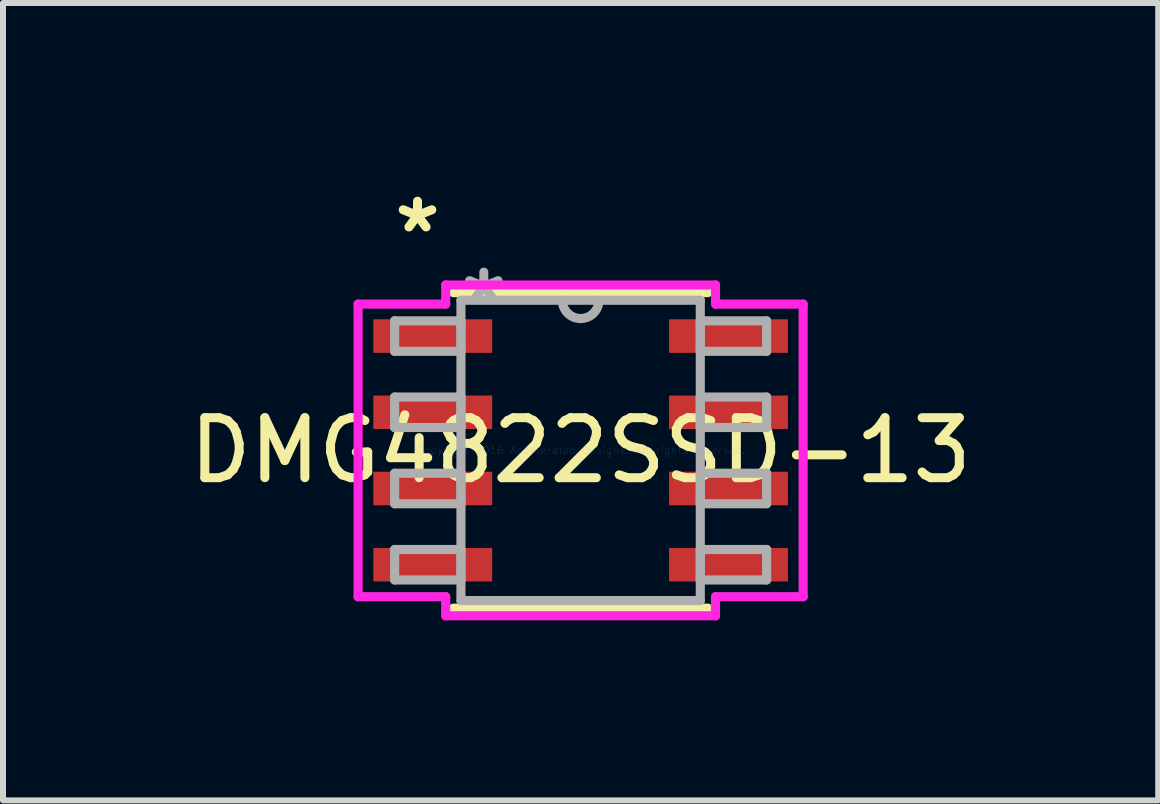
<source format=kicad_pcb>
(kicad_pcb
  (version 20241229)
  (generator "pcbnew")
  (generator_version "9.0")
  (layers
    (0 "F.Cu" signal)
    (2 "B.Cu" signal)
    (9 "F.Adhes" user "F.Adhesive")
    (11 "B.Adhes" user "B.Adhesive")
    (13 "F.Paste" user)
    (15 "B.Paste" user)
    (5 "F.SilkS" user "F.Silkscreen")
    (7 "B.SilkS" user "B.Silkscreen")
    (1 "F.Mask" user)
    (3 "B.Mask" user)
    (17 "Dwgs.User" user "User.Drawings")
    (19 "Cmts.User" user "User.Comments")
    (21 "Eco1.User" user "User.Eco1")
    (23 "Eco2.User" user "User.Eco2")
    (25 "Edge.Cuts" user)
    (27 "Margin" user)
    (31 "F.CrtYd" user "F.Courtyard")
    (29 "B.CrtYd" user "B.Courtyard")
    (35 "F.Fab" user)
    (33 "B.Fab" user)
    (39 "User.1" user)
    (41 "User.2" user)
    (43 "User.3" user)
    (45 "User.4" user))
  (footprint "DMG4822SSD-13"
    (layer "F.Cu")
    (at 6.625 4.455)
    (property "Reference" "DMG4822SSD-13" (at 0 0 0) (layer "F.SilkS") (effects (font (size 1 1) (thickness 0.15))))
    (attr through_hole)
    (fp_line (start -2.121 2.629) (end 2.121 2.629) (stroke (width 0.152) (type solid)) (layer "F.SilkS"))
    (fp_line (start 2.121 -2.629) (end -2.121 -2.629) (stroke (width 0.152) (type solid)) (layer "F.SilkS"))
    (fp_line (start -3.708 -2.438) (end -2.248 -2.438) (stroke (width 0.152) (type solid)) (layer "F.CrtYd"))
    (fp_line (start -3.708 2.438) (end -3.708 -2.438) (stroke (width 0.152) (type solid)) (layer "F.CrtYd"))
    (fp_line (start -2.248 -2.756) (end 2.248 -2.756) (stroke (width 0.152) (type solid)) (layer "F.CrtYd"))
    (fp_line (start -2.248 -2.438) (end -2.248 -2.756) (stroke (width 0.152) (type solid)) (layer "F.CrtYd"))
    (fp_line (start -2.248 2.438) (end -3.708 2.438) (stroke (width 0.152) (type solid)) (layer "F.CrtYd"))
    (fp_line (start -2.248 2.756) (end -2.248 2.438) (stroke (width 0.152) (type solid)) (layer "F.CrtYd"))
    (fp_line (start 2.248 -2.756) (end 2.248 -2.438) (stroke (width 0.152) (type solid)) (layer "F.CrtYd"))
    (fp_line (start 2.248 -2.438) (end 3.708 -2.438) (stroke (width 0.152) (type solid)) (layer "F.CrtYd"))
    (fp_line (start 2.248 2.438) (end 2.248 2.756) (stroke (width 0.152) (type solid)) (layer "F.CrtYd"))
    (fp_line (start 2.248 2.756) (end -2.248 2.756) (stroke (width 0.152) (type solid)) (layer "F.CrtYd"))
    (fp_line (start 3.708 -2.438) (end 3.708 2.438) (stroke (width 0.152) (type solid)) (layer "F.CrtYd"))
    (fp_line (start 3.708 2.438) (end 2.248 2.438) (stroke (width 0.152) (type solid)) (layer "F.CrtYd"))
    (fp_line (start -3.099 -2.159) (end -3.099 -1.651) (stroke (width 0.152) (type solid)) (layer "F.Fab"))
    (fp_line (start -3.099 -1.651) (end -1.994 -1.651) (stroke (width 0.152) (type solid)) (layer "F.Fab"))
    (fp_line (start -3.099 -0.889) (end -3.099 -0.381) (stroke (width 0.152) (type solid)) (layer "F.Fab"))
    (fp_line (start -3.099 -0.381) (end -1.994 -0.381) (stroke (width 0.152) (type solid)) (layer "F.Fab"))
    (fp_line (start -3.099 0.381) (end -3.099 0.889) (stroke (width 0.152) (type solid)) (layer "F.Fab"))
    (fp_line (start -3.099 0.889) (end -1.994 0.889) (stroke (width 0.152) (type solid)) (layer "F.Fab"))
    (fp_line (start -3.099 1.651) (end -3.099 2.159) (stroke (width 0.152) (type solid)) (layer "F.Fab"))
    (fp_line (start -3.099 2.159) (end -1.994 2.159) (stroke (width 0.152) (type solid)) (layer "F.Fab"))
    (fp_line (start -1.994 -2.502) (end -1.994 2.502) (stroke (width 0.152) (type solid)) (layer "F.Fab"))
    (fp_line (start -1.994 -2.159) (end -3.099 -2.159) (stroke (width 0.152) (type solid)) (layer "F.Fab"))
    (fp_line (start -1.994 -1.651) (end -1.994 -2.159) (stroke (width 0.152) (type solid)) (layer "F.Fab"))
    (fp_line (start -1.994 -0.889) (end -3.099 -0.889) (stroke (width 0.152) (type solid)) (layer "F.Fab"))
    (fp_line (start -1.994 -0.381) (end -1.994 -0.889) (stroke (width 0.152) (type solid)) (layer "F.Fab"))
    (fp_line (start -1.994 0.381) (end -3.099 0.381) (stroke (width 0.152) (type solid)) (layer "F.Fab"))
    (fp_line (start -1.994 0.889) (end -1.994 0.381) (stroke (width 0.152) (type solid)) (layer "F.Fab"))
    (fp_line (start -1.994 1.651) (end -3.099 1.651) (stroke (width 0.152) (type solid)) (layer "F.Fab"))
    (fp_line (start -1.994 2.159) (end -1.994 1.651) (stroke (width 0.152) (type solid)) (layer "F.Fab"))
    (fp_line (start -1.994 2.502) (end 1.994 2.502) (stroke (width 0.152) (type solid)) (layer "F.Fab"))
    (fp_line (start 1.994 -2.502) (end -1.994 -2.502) (stroke (width 0.152) (type solid)) (layer "F.Fab"))
    (fp_line (start 1.994 -2.159) (end 1.994 -1.651) (stroke (width 0.152) (type solid)) (layer "F.Fab"))
    (fp_line (start 1.994 -1.651) (end 3.099 -1.651) (stroke (width 0.152) (type solid)) (layer "F.Fab"))
    (fp_line (start 1.994 -0.889) (end 1.994 -0.381) (stroke (width 0.152) (type solid)) (layer "F.Fab"))
    (fp_line (start 1.994 -0.381) (end 3.099 -0.381) (stroke (width 0.152) (type solid)) (layer "F.Fab"))
    (fp_line (start 1.994 0.381) (end 1.994 0.889) (stroke (width 0.152) (type solid)) (layer "F.Fab"))
    (fp_line (start 1.994 0.889) (end 3.099 0.889) (stroke (width 0.152) (type solid)) (layer "F.Fab"))
    (fp_line (start 1.994 1.651) (end 1.994 2.159) (stroke (width 0.152) (type solid)) (layer "F.Fab"))
    (fp_line (start 1.994 2.159) (end 3.099 2.159) (stroke (width 0.152) (type solid)) (layer "F.Fab"))
    (fp_line (start 1.994 2.502) (end 1.994 -2.502) (stroke (width 0.152) (type solid)) (layer "F.Fab"))
    (fp_line (start 3.099 -2.159) (end 1.994 -2.159) (stroke (width 0.152) (type solid)) (layer "F.Fab"))
    (fp_line (start 3.099 -1.651) (end 3.099 -2.159) (stroke (width 0.152) (type solid)) (layer "F.Fab"))
    (fp_line (start 3.099 -0.889) (end 1.994 -0.889) (stroke (width 0.152) (type solid)) (layer "F.Fab"))
    (fp_line (start 3.099 -0.381) (end 3.099 -0.889) (stroke (width 0.152) (type solid)) (layer "F.Fab"))
    (fp_line (start 3.099 0.381) (end 1.994 0.381) (stroke (width 0.152) (type solid)) (layer "F.Fab"))
    (fp_line (start 3.099 0.889) (end 3.099 0.381) (stroke (width 0.152) (type solid)) (layer "F.Fab"))
    (fp_line (start 3.099 1.651) (end 1.994 1.651) (stroke (width 0.152) (type solid)) (layer "F.Fab"))
    (fp_line (start 3.099 2.159) (end 3.099 1.651) (stroke (width 0.152) (type solid)) (layer "F.Fab"))
    (fp_arc (start 0.3048 -2.5019) (mid 0 -2.1971) (end -0.3048 -2.5019) (stroke (width 0.1524) (type solid)) (layer "F.Fab"))
    (fp_text user "*" (at -2.718 -3.607 0) (layer "F.SilkS") (effects (font (size 1 1) (thickness 0.15))))
    (fp_text user "Copyright 2016 Accelerated Designs. All rights reserved." (at 0 0 0) (layer "Cmts.User") (effects (font (size 0.127 0.127) (thickness 0.002))))
    (fp_text user "*" (at -1.613 -2.426 0) (layer "F.Fab") (effects (font (size 1 1) (thickness 0.15))))
    (pad "1" smd rect (at -2.464 -1.905) (size 1.981 0.559) (layers "F.Cu" "F.Mask" "F.Paste"))
    (pad "2" smd rect (at -2.464 -0.635) (size 1.981 0.559) (layers "F.Cu" "F.Mask" "F.Paste"))
    (pad "3" smd rect (at -2.464 0.635) (size 1.981 0.559) (layers "F.Cu" "F.Mask" "F.Paste"))
    (pad "4" smd rect (at -2.464 1.905) (size 1.981 0.559) (layers "F.Cu" "F.Mask" "F.Paste"))
    (pad "5" smd rect (at 2.464 1.905) (size 1.981 0.559) (layers "F.Cu" "F.Mask" "F.Paste"))
    (pad "6" smd rect (at 2.464 0.635) (size 1.981 0.559) (layers "F.Cu" "F.Mask" "F.Paste"))
    (pad "7" smd rect (at 2.464 -0.635) (size 1.981 0.559) (layers "F.Cu" "F.Mask" "F.Paste"))
    (pad "8" smd rect (at 2.464 -1.905) (size 1.981 0.559) (layers "F.Cu" "F.Mask" "F.Paste")))
  (gr_rect
    (start -3 -3)
    (end 16.25 10.287)
    (stroke (width 0.1) (type default))
    (fill no)
    (layer "Edge.Cuts")))
</source>
